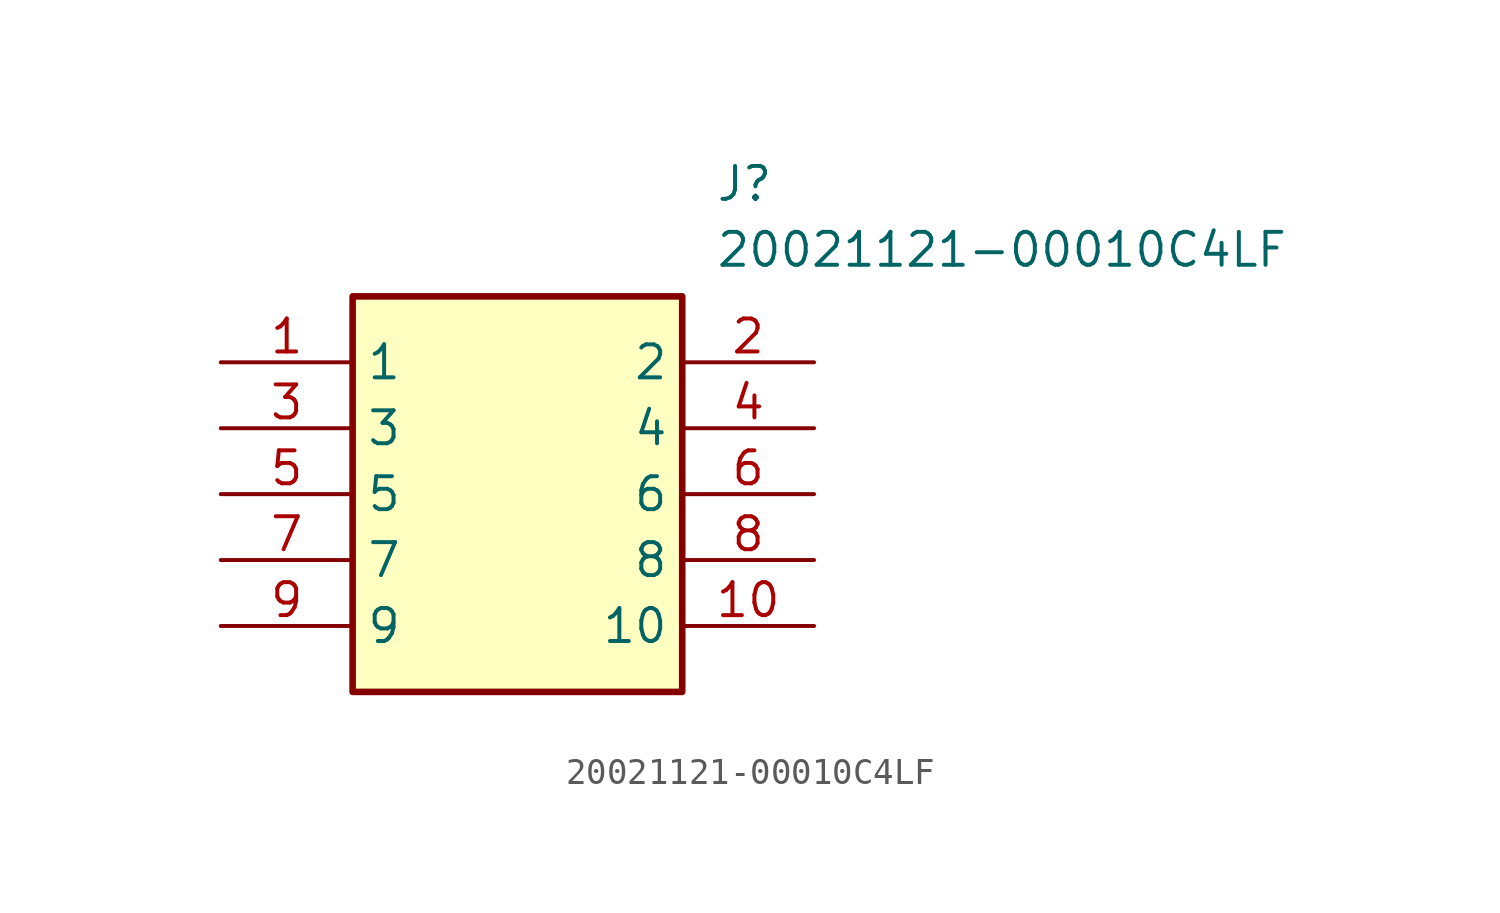
<source format=kicad_sym>
(kicad_symbol_lib
  (version 20211014)
  (generator SamacSys_ECAD_Model)
  (symbol "20021121-00010C4LF"
    (property "Reference" "J"
      (at 19.05 7.62 0)
      (effects (font (size 1.27 1.27)) (justify left top)))
    (property "Value" "20021121-00010C4LF"
      (at 19.05 5.08 0)
      (effects (font (size 1.27 1.27)) (justify left top)))
    (rectangle
      (start 5.08 2.54)
      (end 17.78 -12.7)
      (stroke (width 0.254) (type default))
      (fill (type background)))
    (pin passive line
      (at 0 0 0)
      (length 5.08)
      (name "1" (effects (font (size 1.27 1.27))))
      (number "1" (effects (font (size 1.27 1.27)))))
    (pin passive line
      (at 22.86 0 180)
      (length 5.08)
      (name "2" (effects (font (size 1.27 1.27))))
      (number "2" (effects (font (size 1.27 1.27)))))
    (pin passive line
      (at 0 -2.54 0)
      (length 5.08)
      (name "3" (effects (font (size 1.27 1.27))))
      (number "3" (effects (font (size 1.27 1.27)))))
    (pin passive line
      (at 22.86 -2.54 180)
      (length 5.08)
      (name "4" (effects (font (size 1.27 1.27))))
      (number "4" (effects (font (size 1.27 1.27)))))
    (pin passive line
      (at 0 -5.08 0)
      (length 5.08)
      (name "5" (effects (font (size 1.27 1.27))))
      (number "5" (effects (font (size 1.27 1.27)))))
    (pin passive line
      (at 22.86 -5.08 180)
      (length 5.08)
      (name "6" (effects (font (size 1.27 1.27))))
      (number "6" (effects (font (size 1.27 1.27)))))
    (pin passive line
      (at 0 -7.62 0)
      (length 5.08)
      (name "7" (effects (font (size 1.27 1.27))))
      (number "7" (effects (font (size 1.27 1.27)))))
    (pin passive line
      (at 22.86 -7.62 180)
      (length 5.08)
      (name "8" (effects (font (size 1.27 1.27))))
      (number "8" (effects (font (size 1.27 1.27)))))
    (pin passive line
      (at 0 -10.16 0)
      (length 5.08)
      (name "9" (effects (font (size 1.27 1.27))))
      (number "9" (effects (font (size 1.27 1.27)))))
    (pin passive line
      (at 22.86 -10.16 180)
      (length 5.08)
      (name "10" (effects (font (size 1.27 1.27))))
      (number "10" (effects (font (size 1.27 1.27)))))))
</source>
